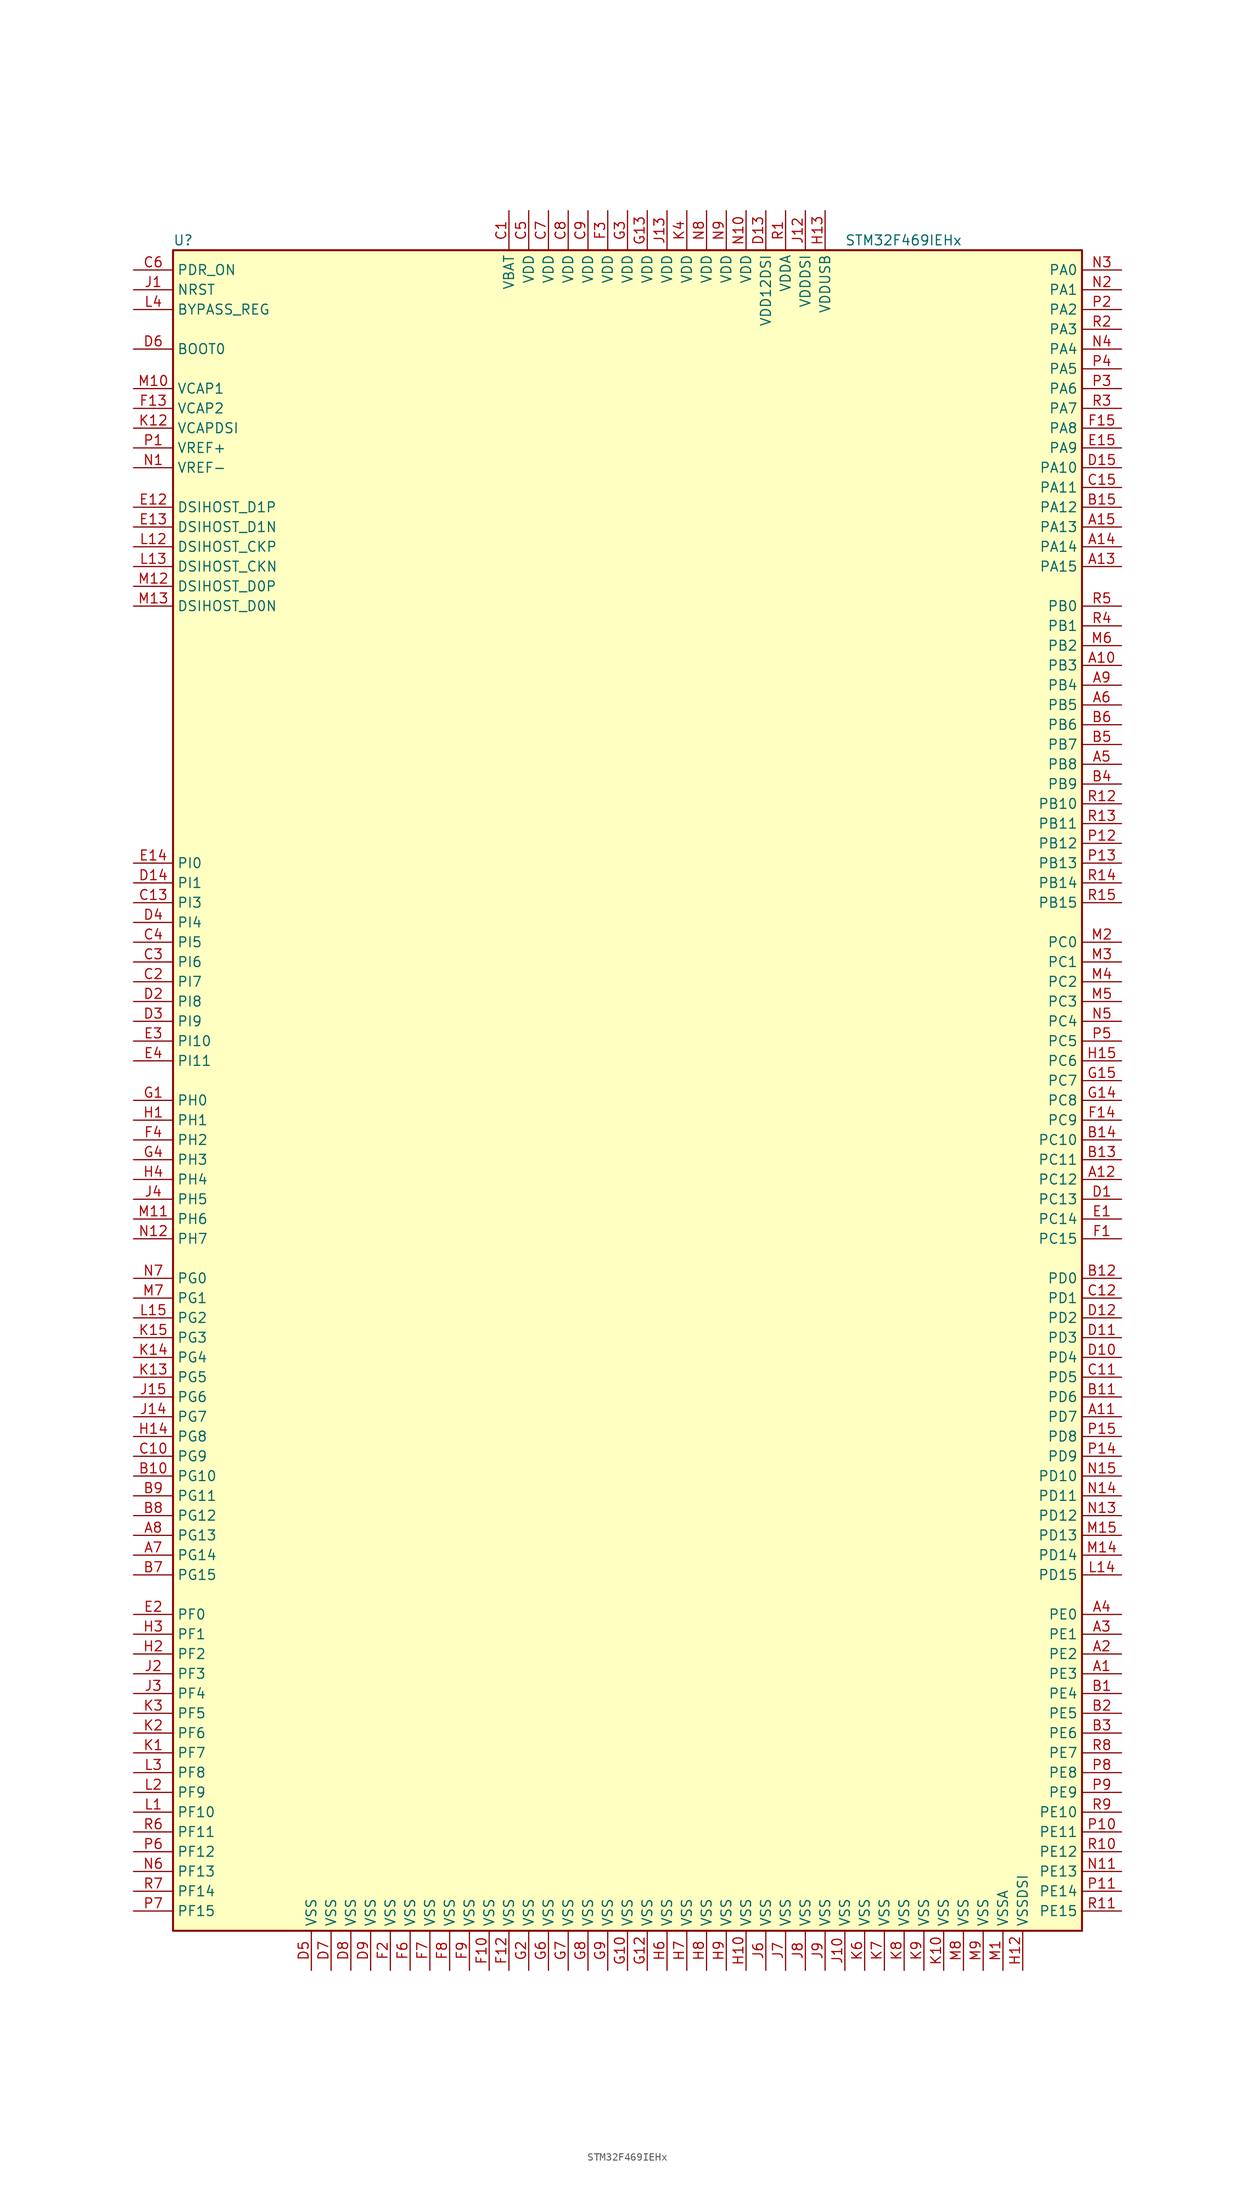
<source format=kicad_sym>
(kicad_symbol_lib
  (version 20200908)
  (generator kicad_symbol_editor)
  (symbol "MCU_ST_STM32F4:STM32F469IEHx"
    (property "Reference" "U"
      (at -58.42 107.95 0)
      (effects (font (size 1.27 1.27)) (justify left)))
    (property "Value" "STM32F469IEHx"
      (at 27.94 107.95 0)
      (effects (font (size 1.27 1.27)) (justify left)))
    (symbol "STM32F469IEHx_0_1"
      (rectangle (start -58.42 -109.22) (end 58.42 106.68) (stroke (width 0.254)) (fill (type background))))
    (symbol "STM32F469IEHx_1_1"
      (pin input line (at -63.5 93.98 0) (length 5.08) (name "BOOT0" (effects (font (size 1.27 1.27)))) (number "D6" (effects (font (size 1.27 1.27)))))
      (pin input line (at -63.5 99.06 0) (length 5.08) (name "BYPASS_REG" (effects (font (size 1.27 1.27)))) (number "L4" (effects (font (size 1.27 1.27)))))
      (pin bidirectional line (at -63.5 66.04 0) (length 5.08) (name "DSIHOST_CKN" (effects (font (size 1.27 1.27)))) (number "L13" (effects (font (size 1.27 1.27)))))
      (pin bidirectional line (at -63.5 68.58 0) (length 5.08) (name "DSIHOST_CKP" (effects (font (size 1.27 1.27)))) (number "L12" (effects (font (size 1.27 1.27)))))
      (pin bidirectional line (at -63.5 60.96 0) (length 5.08) (name "DSIHOST_D0N" (effects (font (size 1.27 1.27)))) (number "M13" (effects (font (size 1.27 1.27)))))
      (pin bidirectional line (at -63.5 63.5 0) (length 5.08) (name "DSIHOST_D0P" (effects (font (size 1.27 1.27)))) (number "M12" (effects (font (size 1.27 1.27)))))
      (pin bidirectional line (at -63.5 71.12 0) (length 5.08) (name "DSIHOST_D1N" (effects (font (size 1.27 1.27)))) (number "E13" (effects (font (size 1.27 1.27)))))
      (pin bidirectional line (at -63.5 73.66 0) (length 5.08) (name "DSIHOST_D1P" (effects (font (size 1.27 1.27)))) (number "E12" (effects (font (size 1.27 1.27)))))
      (pin unconnected line (at -58.42 -106.68 0) (length 5.08) hide (name "NC" (effects (font (size 1.27 1.27)))) (number "C14" (effects (font (size 1.27 1.27)))))
      (pin input line (at -63.5 101.6 0) (length 5.08) (name "NRST" (effects (font (size 1.27 1.27)))) (number "J1" (effects (font (size 1.27 1.27)))))
      (pin bidirectional line (at 63.5 104.14 180) (length 5.08) (name "PA0" (effects (font (size 1.27 1.27)))) (number "N3" (effects (font (size 1.27 1.27)))))
      (pin bidirectional line (at 63.5 101.6 180) (length 5.08) (name "PA1" (effects (font (size 1.27 1.27)))) (number "N2" (effects (font (size 1.27 1.27)))))
      (pin bidirectional line (at 63.5 78.74 180) (length 5.08) (name "PA10" (effects (font (size 1.27 1.27)))) (number "D15" (effects (font (size 1.27 1.27)))))
      (pin bidirectional line (at 63.5 76.2 180) (length 5.08) (name "PA11" (effects (font (size 1.27 1.27)))) (number "C15" (effects (font (size 1.27 1.27)))))
      (pin bidirectional line (at 63.5 73.66 180) (length 5.08) (name "PA12" (effects (font (size 1.27 1.27)))) (number "B15" (effects (font (size 1.27 1.27)))))
      (pin bidirectional line (at 63.5 71.12 180) (length 5.08) (name "PA13" (effects (font (size 1.27 1.27)))) (number "A15" (effects (font (size 1.27 1.27)))))
      (pin bidirectional line (at 63.5 68.58 180) (length 5.08) (name "PA14" (effects (font (size 1.27 1.27)))) (number "A14" (effects (font (size 1.27 1.27)))))
      (pin bidirectional line (at 63.5 66.04 180) (length 5.08) (name "PA15" (effects (font (size 1.27 1.27)))) (number "A13" (effects (font (size 1.27 1.27)))))
      (pin bidirectional line (at 63.5 99.06 180) (length 5.08) (name "PA2" (effects (font (size 1.27 1.27)))) (number "P2" (effects (font (size 1.27 1.27)))))
      (pin bidirectional line (at 63.5 96.52 180) (length 5.08) (name "PA3" (effects (font (size 1.27 1.27)))) (number "R2" (effects (font (size 1.27 1.27)))))
      (pin bidirectional line (at 63.5 93.98 180) (length 5.08) (name "PA4" (effects (font (size 1.27 1.27)))) (number "N4" (effects (font (size 1.27 1.27)))))
      (pin bidirectional line (at 63.5 91.44 180) (length 5.08) (name "PA5" (effects (font (size 1.27 1.27)))) (number "P4" (effects (font (size 1.27 1.27)))))
      (pin bidirectional line (at 63.5 88.9 180) (length 5.08) (name "PA6" (effects (font (size 1.27 1.27)))) (number "P3" (effects (font (size 1.27 1.27)))))
      (pin bidirectional line (at 63.5 86.36 180) (length 5.08) (name "PA7" (effects (font (size 1.27 1.27)))) (number "R3" (effects (font (size 1.27 1.27)))))
      (pin bidirectional line (at 63.5 83.82 180) (length 5.08) (name "PA8" (effects (font (size 1.27 1.27)))) (number "F15" (effects (font (size 1.27 1.27)))))
      (pin bidirectional line (at 63.5 81.28 180) (length 5.08) (name "PA9" (effects (font (size 1.27 1.27)))) (number "E15" (effects (font (size 1.27 1.27)))))
      (pin bidirectional line (at 63.5 60.96 180) (length 5.08) (name "PB0" (effects (font (size 1.27 1.27)))) (number "R5" (effects (font (size 1.27 1.27)))))
      (pin bidirectional line (at 63.5 58.42 180) (length 5.08) (name "PB1" (effects (font (size 1.27 1.27)))) (number "R4" (effects (font (size 1.27 1.27)))))
      (pin bidirectional line (at 63.5 35.56 180) (length 5.08) (name "PB10" (effects (font (size 1.27 1.27)))) (number "R12" (effects (font (size 1.27 1.27)))))
      (pin bidirectional line (at 63.5 33.02 180) (length 5.08) (name "PB11" (effects (font (size 1.27 1.27)))) (number "R13" (effects (font (size 1.27 1.27)))))
      (pin bidirectional line (at 63.5 30.48 180) (length 5.08) (name "PB12" (effects (font (size 1.27 1.27)))) (number "P12" (effects (font (size 1.27 1.27)))))
      (pin bidirectional line (at 63.5 27.94 180) (length 5.08) (name "PB13" (effects (font (size 1.27 1.27)))) (number "P13" (effects (font (size 1.27 1.27)))))
      (pin bidirectional line (at 63.5 25.4 180) (length 5.08) (name "PB14" (effects (font (size 1.27 1.27)))) (number "R14" (effects (font (size 1.27 1.27)))))
      (pin bidirectional line (at 63.5 22.86 180) (length 5.08) (name "PB15" (effects (font (size 1.27 1.27)))) (number "R15" (effects (font (size 1.27 1.27)))))
      (pin bidirectional line (at 63.5 55.88 180) (length 5.08) (name "PB2" (effects (font (size 1.27 1.27)))) (number "M6" (effects (font (size 1.27 1.27)))))
      (pin bidirectional line (at 63.5 53.34 180) (length 5.08) (name "PB3" (effects (font (size 1.27 1.27)))) (number "A10" (effects (font (size 1.27 1.27)))))
      (pin bidirectional line (at 63.5 50.8 180) (length 5.08) (name "PB4" (effects (font (size 1.27 1.27)))) (number "A9" (effects (font (size 1.27 1.27)))))
      (pin bidirectional line (at 63.5 48.26 180) (length 5.08) (name "PB5" (effects (font (size 1.27 1.27)))) (number "A6" (effects (font (size 1.27 1.27)))))
      (pin bidirectional line (at 63.5 45.72 180) (length 5.08) (name "PB6" (effects (font (size 1.27 1.27)))) (number "B6" (effects (font (size 1.27 1.27)))))
      (pin bidirectional line (at 63.5 43.18 180) (length 5.08) (name "PB7" (effects (font (size 1.27 1.27)))) (number "B5" (effects (font (size 1.27 1.27)))))
      (pin bidirectional line (at 63.5 40.64 180) (length 5.08) (name "PB8" (effects (font (size 1.27 1.27)))) (number "A5" (effects (font (size 1.27 1.27)))))
      (pin bidirectional line (at 63.5 38.1 180) (length 5.08) (name "PB9" (effects (font (size 1.27 1.27)))) (number "B4" (effects (font (size 1.27 1.27)))))
      (pin bidirectional line (at 63.5 17.78 180) (length 5.08) (name "PC0" (effects (font (size 1.27 1.27)))) (number "M2" (effects (font (size 1.27 1.27)))))
      (pin bidirectional line (at 63.5 15.24 180) (length 5.08) (name "PC1" (effects (font (size 1.27 1.27)))) (number "M3" (effects (font (size 1.27 1.27)))))
      (pin bidirectional line (at 63.5 -7.62 180) (length 5.08) (name "PC10" (effects (font (size 1.27 1.27)))) (number "B14" (effects (font (size 1.27 1.27)))))
      (pin bidirectional line (at 63.5 -10.16 180) (length 5.08) (name "PC11" (effects (font (size 1.27 1.27)))) (number "B13" (effects (font (size 1.27 1.27)))))
      (pin bidirectional line (at 63.5 -12.7 180) (length 5.08) (name "PC12" (effects (font (size 1.27 1.27)))) (number "A12" (effects (font (size 1.27 1.27)))))
      (pin bidirectional line (at 63.5 -15.24 180) (length 5.08) (name "PC13" (effects (font (size 1.27 1.27)))) (number "D1" (effects (font (size 1.27 1.27)))))
      (pin bidirectional line (at 63.5 -17.78 180) (length 5.08) (name "PC14" (effects (font (size 1.27 1.27)))) (number "E1" (effects (font (size 1.27 1.27)))))
      (pin bidirectional line (at 63.5 -20.32 180) (length 5.08) (name "PC15" (effects (font (size 1.27 1.27)))) (number "F1" (effects (font (size 1.27 1.27)))))
      (pin bidirectional line (at 63.5 12.7 180) (length 5.08) (name "PC2" (effects (font (size 1.27 1.27)))) (number "M4" (effects (font (size 1.27 1.27)))))
      (pin bidirectional line (at 63.5 10.16 180) (length 5.08) (name "PC3" (effects (font (size 1.27 1.27)))) (number "M5" (effects (font (size 1.27 1.27)))))
      (pin bidirectional line (at 63.5 7.62 180) (length 5.08) (name "PC4" (effects (font (size 1.27 1.27)))) (number "N5" (effects (font (size 1.27 1.27)))))
      (pin bidirectional line (at 63.5 5.08 180) (length 5.08) (name "PC5" (effects (font (size 1.27 1.27)))) (number "P5" (effects (font (size 1.27 1.27)))))
      (pin bidirectional line (at 63.5 2.54 180) (length 5.08) (name "PC6" (effects (font (size 1.27 1.27)))) (number "H15" (effects (font (size 1.27 1.27)))))
      (pin bidirectional line (at 63.5 0 180) (length 5.08) (name "PC7" (effects (font (size 1.27 1.27)))) (number "G15" (effects (font (size 1.27 1.27)))))
      (pin bidirectional line (at 63.5 -2.54 180) (length 5.08) (name "PC8" (effects (font (size 1.27 1.27)))) (number "G14" (effects (font (size 1.27 1.27)))))
      (pin bidirectional line (at 63.5 -5.08 180) (length 5.08) (name "PC9" (effects (font (size 1.27 1.27)))) (number "F14" (effects (font (size 1.27 1.27)))))
      (pin bidirectional line (at 63.5 -25.4 180) (length 5.08) (name "PD0" (effects (font (size 1.27 1.27)))) (number "B12" (effects (font (size 1.27 1.27)))))
      (pin bidirectional line (at 63.5 -27.94 180) (length 5.08) (name "PD1" (effects (font (size 1.27 1.27)))) (number "C12" (effects (font (size 1.27 1.27)))))
      (pin bidirectional line (at 63.5 -50.8 180) (length 5.08) (name "PD10" (effects (font (size 1.27 1.27)))) (number "N15" (effects (font (size 1.27 1.27)))))
      (pin bidirectional line (at 63.5 -53.34 180) (length 5.08) (name "PD11" (effects (font (size 1.27 1.27)))) (number "N14" (effects (font (size 1.27 1.27)))))
      (pin bidirectional line (at 63.5 -55.88 180) (length 5.08) (name "PD12" (effects (font (size 1.27 1.27)))) (number "N13" (effects (font (size 1.27 1.27)))))
      (pin bidirectional line (at 63.5 -58.42 180) (length 5.08) (name "PD13" (effects (font (size 1.27 1.27)))) (number "M15" (effects (font (size 1.27 1.27)))))
      (pin bidirectional line (at 63.5 -60.96 180) (length 5.08) (name "PD14" (effects (font (size 1.27 1.27)))) (number "M14" (effects (font (size 1.27 1.27)))))
      (pin bidirectional line (at 63.5 -63.5 180) (length 5.08) (name "PD15" (effects (font (size 1.27 1.27)))) (number "L14" (effects (font (size 1.27 1.27)))))
      (pin bidirectional line (at 63.5 -30.48 180) (length 5.08) (name "PD2" (effects (font (size 1.27 1.27)))) (number "D12" (effects (font (size 1.27 1.27)))))
      (pin bidirectional line (at 63.5 -33.02 180) (length 5.08) (name "PD3" (effects (font (size 1.27 1.27)))) (number "D11" (effects (font (size 1.27 1.27)))))
      (pin bidirectional line (at 63.5 -35.56 180) (length 5.08) (name "PD4" (effects (font (size 1.27 1.27)))) (number "D10" (effects (font (size 1.27 1.27)))))
      (pin bidirectional line (at 63.5 -38.1 180) (length 5.08) (name "PD5" (effects (font (size 1.27 1.27)))) (number "C11" (effects (font (size 1.27 1.27)))))
      (pin bidirectional line (at 63.5 -40.64 180) (length 5.08) (name "PD6" (effects (font (size 1.27 1.27)))) (number "B11" (effects (font (size 1.27 1.27)))))
      (pin bidirectional line (at 63.5 -43.18 180) (length 5.08) (name "PD7" (effects (font (size 1.27 1.27)))) (number "A11" (effects (font (size 1.27 1.27)))))
      (pin bidirectional line (at 63.5 -45.72 180) (length 5.08) (name "PD8" (effects (font (size 1.27 1.27)))) (number "P15" (effects (font (size 1.27 1.27)))))
      (pin bidirectional line (at 63.5 -48.26 180) (length 5.08) (name "PD9" (effects (font (size 1.27 1.27)))) (number "P14" (effects (font (size 1.27 1.27)))))
      (pin input line (at -63.5 104.14 0) (length 5.08) (name "PDR_ON" (effects (font (size 1.27 1.27)))) (number "C6" (effects (font (size 1.27 1.27)))))
      (pin bidirectional line (at 63.5 -68.58 180) (length 5.08) (name "PE0" (effects (font (size 1.27 1.27)))) (number "A4" (effects (font (size 1.27 1.27)))))
      (pin bidirectional line (at 63.5 -71.12 180) (length 5.08) (name "PE1" (effects (font (size 1.27 1.27)))) (number "A3" (effects (font (size 1.27 1.27)))))
      (pin bidirectional line (at 63.5 -93.98 180) (length 5.08) (name "PE10" (effects (font (size 1.27 1.27)))) (number "R9" (effects (font (size 1.27 1.27)))))
      (pin bidirectional line (at 63.5 -96.52 180) (length 5.08) (name "PE11" (effects (font (size 1.27 1.27)))) (number "P10" (effects (font (size 1.27 1.27)))))
      (pin bidirectional line (at 63.5 -99.06 180) (length 5.08) (name "PE12" (effects (font (size 1.27 1.27)))) (number "R10" (effects (font (size 1.27 1.27)))))
      (pin bidirectional line (at 63.5 -101.6 180) (length 5.08) (name "PE13" (effects (font (size 1.27 1.27)))) (number "N11" (effects (font (size 1.27 1.27)))))
      (pin bidirectional line (at 63.5 -104.14 180) (length 5.08) (name "PE14" (effects (font (size 1.27 1.27)))) (number "P11" (effects (font (size 1.27 1.27)))))
      (pin bidirectional line (at 63.5 -106.68 180) (length 5.08) (name "PE15" (effects (font (size 1.27 1.27)))) (number "R11" (effects (font (size 1.27 1.27)))))
      (pin bidirectional line (at 63.5 -73.66 180) (length 5.08) (name "PE2" (effects (font (size 1.27 1.27)))) (number "A2" (effects (font (size 1.27 1.27)))))
      (pin bidirectional line (at 63.5 -76.2 180) (length 5.08) (name "PE3" (effects (font (size 1.27 1.27)))) (number "A1" (effects (font (size 1.27 1.27)))))
      (pin bidirectional line (at 63.5 -78.74 180) (length 5.08) (name "PE4" (effects (font (size 1.27 1.27)))) (number "B1" (effects (font (size 1.27 1.27)))))
      (pin bidirectional line (at 63.5 -81.28 180) (length 5.08) (name "PE5" (effects (font (size 1.27 1.27)))) (number "B2" (effects (font (size 1.27 1.27)))))
      (pin bidirectional line (at 63.5 -83.82 180) (length 5.08) (name "PE6" (effects (font (size 1.27 1.27)))) (number "B3" (effects (font (size 1.27 1.27)))))
      (pin bidirectional line (at 63.5 -86.36 180) (length 5.08) (name "PE7" (effects (font (size 1.27 1.27)))) (number "R8" (effects (font (size 1.27 1.27)))))
      (pin bidirectional line (at 63.5 -88.9 180) (length 5.08) (name "PE8" (effects (font (size 1.27 1.27)))) (number "P8" (effects (font (size 1.27 1.27)))))
      (pin bidirectional line (at 63.5 -91.44 180) (length 5.08) (name "PE9" (effects (font (size 1.27 1.27)))) (number "P9" (effects (font (size 1.27 1.27)))))
      (pin bidirectional line (at -63.5 -68.58 0) (length 5.08) (name "PF0" (effects (font (size 1.27 1.27)))) (number "E2" (effects (font (size 1.27 1.27)))))
      (pin bidirectional line (at -63.5 -71.12 0) (length 5.08) (name "PF1" (effects (font (size 1.27 1.27)))) (number "H3" (effects (font (size 1.27 1.27)))))
      (pin bidirectional line (at -63.5 -93.98 0) (length 5.08) (name "PF10" (effects (font (size 1.27 1.27)))) (number "L1" (effects (font (size 1.27 1.27)))))
      (pin bidirectional line (at -63.5 -96.52 0) (length 5.08) (name "PF11" (effects (font (size 1.27 1.27)))) (number "R6" (effects (font (size 1.27 1.27)))))
      (pin bidirectional line (at -63.5 -99.06 0) (length 5.08) (name "PF12" (effects (font (size 1.27 1.27)))) (number "P6" (effects (font (size 1.27 1.27)))))
      (pin bidirectional line (at -63.5 -101.6 0) (length 5.08) (name "PF13" (effects (font (size 1.27 1.27)))) (number "N6" (effects (font (size 1.27 1.27)))))
      (pin bidirectional line (at -63.5 -104.14 0) (length 5.08) (name "PF14" (effects (font (size 1.27 1.27)))) (number "R7" (effects (font (size 1.27 1.27)))))
      (pin bidirectional line (at -63.5 -106.68 0) (length 5.08) (name "PF15" (effects (font (size 1.27 1.27)))) (number "P7" (effects (font (size 1.27 1.27)))))
      (pin bidirectional line (at -63.5 -73.66 0) (length 5.08) (name "PF2" (effects (font (size 1.27 1.27)))) (number "H2" (effects (font (size 1.27 1.27)))))
      (pin bidirectional line (at -63.5 -76.2 0) (length 5.08) (name "PF3" (effects (font (size 1.27 1.27)))) (number "J2" (effects (font (size 1.27 1.27)))))
      (pin bidirectional line (at -63.5 -78.74 0) (length 5.08) (name "PF4" (effects (font (size 1.27 1.27)))) (number "J3" (effects (font (size 1.27 1.27)))))
      (pin bidirectional line (at -63.5 -81.28 0) (length 5.08) (name "PF5" (effects (font (size 1.27 1.27)))) (number "K3" (effects (font (size 1.27 1.27)))))
      (pin bidirectional line (at -63.5 -83.82 0) (length 5.08) (name "PF6" (effects (font (size 1.27 1.27)))) (number "K2" (effects (font (size 1.27 1.27)))))
      (pin bidirectional line (at -63.5 -86.36 0) (length 5.08) (name "PF7" (effects (font (size 1.27 1.27)))) (number "K1" (effects (font (size 1.27 1.27)))))
      (pin bidirectional line (at -63.5 -88.9 0) (length 5.08) (name "PF8" (effects (font (size 1.27 1.27)))) (number "L3" (effects (font (size 1.27 1.27)))))
      (pin bidirectional line (at -63.5 -91.44 0) (length 5.08) (name "PF9" (effects (font (size 1.27 1.27)))) (number "L2" (effects (font (size 1.27 1.27)))))
      (pin bidirectional line (at -63.5 -25.4 0) (length 5.08) (name "PG0" (effects (font (size 1.27 1.27)))) (number "N7" (effects (font (size 1.27 1.27)))))
      (pin bidirectional line (at -63.5 -27.94 0) (length 5.08) (name "PG1" (effects (font (size 1.27 1.27)))) (number "M7" (effects (font (size 1.27 1.27)))))
      (pin bidirectional line (at -63.5 -50.8 0) (length 5.08) (name "PG10" (effects (font (size 1.27 1.27)))) (number "B10" (effects (font (size 1.27 1.27)))))
      (pin bidirectional line (at -63.5 -53.34 0) (length 5.08) (name "PG11" (effects (font (size 1.27 1.27)))) (number "B9" (effects (font (size 1.27 1.27)))))
      (pin bidirectional line (at -63.5 -55.88 0) (length 5.08) (name "PG12" (effects (font (size 1.27 1.27)))) (number "B8" (effects (font (size 1.27 1.27)))))
      (pin bidirectional line (at -63.5 -58.42 0) (length 5.08) (name "PG13" (effects (font (size 1.27 1.27)))) (number "A8" (effects (font (size 1.27 1.27)))))
      (pin bidirectional line (at -63.5 -60.96 0) (length 5.08) (name "PG14" (effects (font (size 1.27 1.27)))) (number "A7" (effects (font (size 1.27 1.27)))))
      (pin bidirectional line (at -63.5 -63.5 0) (length 5.08) (name "PG15" (effects (font (size 1.27 1.27)))) (number "B7" (effects (font (size 1.27 1.27)))))
      (pin bidirectional line (at -63.5 -30.48 0) (length 5.08) (name "PG2" (effects (font (size 1.27 1.27)))) (number "L15" (effects (font (size 1.27 1.27)))))
      (pin bidirectional line (at -63.5 -33.02 0) (length 5.08) (name "PG3" (effects (font (size 1.27 1.27)))) (number "K15" (effects (font (size 1.27 1.27)))))
      (pin bidirectional line (at -63.5 -35.56 0) (length 5.08) (name "PG4" (effects (font (size 1.27 1.27)))) (number "K14" (effects (font (size 1.27 1.27)))))
      (pin bidirectional line (at -63.5 -38.1 0) (length 5.08) (name "PG5" (effects (font (size 1.27 1.27)))) (number "K13" (effects (font (size 1.27 1.27)))))
      (pin bidirectional line (at -63.5 -40.64 0) (length 5.08) (name "PG6" (effects (font (size 1.27 1.27)))) (number "J15" (effects (font (size 1.27 1.27)))))
      (pin bidirectional line (at -63.5 -43.18 0) (length 5.08) (name "PG7" (effects (font (size 1.27 1.27)))) (number "J14" (effects (font (size 1.27 1.27)))))
      (pin bidirectional line (at -63.5 -45.72 0) (length 5.08) (name "PG8" (effects (font (size 1.27 1.27)))) (number "H14" (effects (font (size 1.27 1.27)))))
      (pin bidirectional line (at -63.5 -48.26 0) (length 5.08) (name "PG9" (effects (font (size 1.27 1.27)))) (number "C10" (effects (font (size 1.27 1.27)))))
      (pin input line (at -63.5 -2.54 0) (length 5.08) (name "PH0" (effects (font (size 1.27 1.27)))) (number "G1" (effects (font (size 1.27 1.27)))))
      (pin input line (at -63.5 -5.08 0) (length 5.08) (name "PH1" (effects (font (size 1.27 1.27)))) (number "H1" (effects (font (size 1.27 1.27)))))
      (pin bidirectional line (at -63.5 -7.62 0) (length 5.08) (name "PH2" (effects (font (size 1.27 1.27)))) (number "F4" (effects (font (size 1.27 1.27)))))
      (pin bidirectional line (at -63.5 -10.16 0) (length 5.08) (name "PH3" (effects (font (size 1.27 1.27)))) (number "G4" (effects (font (size 1.27 1.27)))))
      (pin bidirectional line (at -63.5 -12.7 0) (length 5.08) (name "PH4" (effects (font (size 1.27 1.27)))) (number "H4" (effects (font (size 1.27 1.27)))))
      (pin bidirectional line (at -63.5 -15.24 0) (length 5.08) (name "PH5" (effects (font (size 1.27 1.27)))) (number "J4" (effects (font (size 1.27 1.27)))))
      (pin bidirectional line (at -63.5 -17.78 0) (length 5.08) (name "PH6" (effects (font (size 1.27 1.27)))) (number "M11" (effects (font (size 1.27 1.27)))))
      (pin bidirectional line (at -63.5 -20.32 0) (length 5.08) (name "PH7" (effects (font (size 1.27 1.27)))) (number "N12" (effects (font (size 1.27 1.27)))))
      (pin bidirectional line (at -63.5 27.94 0) (length 5.08) (name "PI0" (effects (font (size 1.27 1.27)))) (number "E14" (effects (font (size 1.27 1.27)))))
      (pin bidirectional line (at -63.5 25.4 0) (length 5.08) (name "PI1" (effects (font (size 1.27 1.27)))) (number "D14" (effects (font (size 1.27 1.27)))))
      (pin bidirectional line (at -63.5 5.08 0) (length 5.08) (name "PI10" (effects (font (size 1.27 1.27)))) (number "E3" (effects (font (size 1.27 1.27)))))
      (pin bidirectional line (at -63.5 2.54 0) (length 5.08) (name "PI11" (effects (font (size 1.27 1.27)))) (number "E4" (effects (font (size 1.27 1.27)))))
      (pin bidirectional line (at -63.5 22.86 0) (length 5.08) (name "PI3" (effects (font (size 1.27 1.27)))) (number "C13" (effects (font (size 1.27 1.27)))))
      (pin bidirectional line (at -63.5 20.32 0) (length 5.08) (name "PI4" (effects (font (size 1.27 1.27)))) (number "D4" (effects (font (size 1.27 1.27)))))
      (pin bidirectional line (at -63.5 17.78 0) (length 5.08) (name "PI5" (effects (font (size 1.27 1.27)))) (number "C4" (effects (font (size 1.27 1.27)))))
      (pin bidirectional line (at -63.5 15.24 0) (length 5.08) (name "PI6" (effects (font (size 1.27 1.27)))) (number "C3" (effects (font (size 1.27 1.27)))))
      (pin bidirectional line (at -63.5 12.7 0) (length 5.08) (name "PI7" (effects (font (size 1.27 1.27)))) (number "C2" (effects (font (size 1.27 1.27)))))
      (pin bidirectional line (at -63.5 10.16 0) (length 5.08) (name "PI8" (effects (font (size 1.27 1.27)))) (number "D2" (effects (font (size 1.27 1.27)))))
      (pin bidirectional line (at -63.5 7.62 0) (length 5.08) (name "PI9" (effects (font (size 1.27 1.27)))) (number "D3" (effects (font (size 1.27 1.27)))))
      (pin power_in line (at -15.24 111.76 270) (length 5.08) (name "VBAT" (effects (font (size 1.27 1.27)))) (number "C1" (effects (font (size 1.27 1.27)))))
      (pin power_in line (at -63.5 88.9 0) (length 5.08) (name "VCAP1" (effects (font (size 1.27 1.27)))) (number "M10" (effects (font (size 1.27 1.27)))))
      (pin power_in line (at -63.5 86.36 0) (length 5.08) (name "VCAP2" (effects (font (size 1.27 1.27)))) (number "F13" (effects (font (size 1.27 1.27)))))
      (pin power_in line (at -63.5 83.82 0) (length 5.08) (name "VCAPDSI" (effects (font (size 1.27 1.27)))) (number "K12" (effects (font (size 1.27 1.27)))))
      (pin power_in line (at -12.7 111.76 270) (length 5.08) (name "VDD" (effects (font (size 1.27 1.27)))) (number "C5" (effects (font (size 1.27 1.27)))))
      (pin power_in line (at -10.16 111.76 270) (length 5.08) (name "VDD" (effects (font (size 1.27 1.27)))) (number "C7" (effects (font (size 1.27 1.27)))))
      (pin power_in line (at -7.62 111.76 270) (length 5.08) (name "VDD" (effects (font (size 1.27 1.27)))) (number "C8" (effects (font (size 1.27 1.27)))))
      (pin power_in line (at -5.08 111.76 270) (length 5.08) (name "VDD" (effects (font (size 1.27 1.27)))) (number "C9" (effects (font (size 1.27 1.27)))))
      (pin power_in line (at -2.54 111.76 270) (length 5.08) (name "VDD" (effects (font (size 1.27 1.27)))) (number "F3" (effects (font (size 1.27 1.27)))))
      (pin power_in line (at 2.54 111.76 270) (length 5.08) (name "VDD" (effects (font (size 1.27 1.27)))) (number "G13" (effects (font (size 1.27 1.27)))))
      (pin power_in line (at 0 111.76 270) (length 5.08) (name "VDD" (effects (font (size 1.27 1.27)))) (number "G3" (effects (font (size 1.27 1.27)))))
      (pin power_in line (at 5.08 111.76 270) (length 5.08) (name "VDD" (effects (font (size 1.27 1.27)))) (number "J13" (effects (font (size 1.27 1.27)))))
      (pin power_in line (at 7.62 111.76 270) (length 5.08) (name "VDD" (effects (font (size 1.27 1.27)))) (number "K4" (effects (font (size 1.27 1.27)))))
      (pin power_in line (at 15.24 111.76 270) (length 5.08) (name "VDD" (effects (font (size 1.27 1.27)))) (number "N10" (effects (font (size 1.27 1.27)))))
      (pin power_in line (at 10.16 111.76 270) (length 5.08) (name "VDD" (effects (font (size 1.27 1.27)))) (number "N8" (effects (font (size 1.27 1.27)))))
      (pin power_in line (at 12.7 111.76 270) (length 5.08) (name "VDD" (effects (font (size 1.27 1.27)))) (number "N9" (effects (font (size 1.27 1.27)))))
      (pin power_in line (at 17.78 111.76 270) (length 5.08) (name "VDD12DSI" (effects (font (size 1.27 1.27)))) (number "D13" (effects (font (size 1.27 1.27)))))
      (pin power_in line (at 20.32 111.76 270) (length 5.08) (name "VDDA" (effects (font (size 1.27 1.27)))) (number "R1" (effects (font (size 1.27 1.27)))))
      (pin power_in line (at 22.86 111.76 270) (length 5.08) (name "VDDDSI" (effects (font (size 1.27 1.27)))) (number "J12" (effects (font (size 1.27 1.27)))))
      (pin power_in line (at 25.4 111.76 270) (length 5.08) (name "VDDUSB" (effects (font (size 1.27 1.27)))) (number "H13" (effects (font (size 1.27 1.27)))))
      (pin power_in line (at -63.5 81.28 0) (length 5.08) (name "VREF+" (effects (font (size 1.27 1.27)))) (number "P1" (effects (font (size 1.27 1.27)))))
      (pin power_in line (at -63.5 78.74 0) (length 5.08) (name "VREF-" (effects (font (size 1.27 1.27)))) (number "N1" (effects (font (size 1.27 1.27)))))
      (pin power_in line (at -40.64 -114.3 90) (length 5.08) (name "VSS" (effects (font (size 1.27 1.27)))) (number "D5" (effects (font (size 1.27 1.27)))))
      (pin power_in line (at -38.1 -114.3 90) (length 5.08) (name "VSS" (effects (font (size 1.27 1.27)))) (number "D7" (effects (font (size 1.27 1.27)))))
      (pin power_in line (at -35.56 -114.3 90) (length 5.08) (name "VSS" (effects (font (size 1.27 1.27)))) (number "D8" (effects (font (size 1.27 1.27)))))
      (pin power_in line (at -33.02 -114.3 90) (length 5.08) (name "VSS" (effects (font (size 1.27 1.27)))) (number "D9" (effects (font (size 1.27 1.27)))))
      (pin power_in line (at -17.78 -114.3 90) (length 5.08) (name "VSS" (effects (font (size 1.27 1.27)))) (number "F10" (effects (font (size 1.27 1.27)))))
      (pin power_in line (at -15.24 -114.3 90) (length 5.08) (name "VSS" (effects (font (size 1.27 1.27)))) (number "F12" (effects (font (size 1.27 1.27)))))
      (pin power_in line (at -30.48 -114.3 90) (length 5.08) (name "VSS" (effects (font (size 1.27 1.27)))) (number "F2" (effects (font (size 1.27 1.27)))))
      (pin power_in line (at -27.94 -114.3 90) (length 5.08) (name "VSS" (effects (font (size 1.27 1.27)))) (number "F6" (effects (font (size 1.27 1.27)))))
      (pin power_in line (at -25.4 -114.3 90) (length 5.08) (name "VSS" (effects (font (size 1.27 1.27)))) (number "F7" (effects (font (size 1.27 1.27)))))
      (pin power_in line (at -22.86 -114.3 90) (length 5.08) (name "VSS" (effects (font (size 1.27 1.27)))) (number "F8" (effects (font (size 1.27 1.27)))))
      (pin power_in line (at -20.32 -114.3 90) (length 5.08) (name "VSS" (effects (font (size 1.27 1.27)))) (number "F9" (effects (font (size 1.27 1.27)))))
      (pin power_in line (at 0 -114.3 90) (length 5.08) (name "VSS" (effects (font (size 1.27 1.27)))) (number "G10" (effects (font (size 1.27 1.27)))))
      (pin power_in line (at 2.54 -114.3 90) (length 5.08) (name "VSS" (effects (font (size 1.27 1.27)))) (number "G12" (effects (font (size 1.27 1.27)))))
      (pin power_in line (at -12.7 -114.3 90) (length 5.08) (name "VSS" (effects (font (size 1.27 1.27)))) (number "G2" (effects (font (size 1.27 1.27)))))
      (pin power_in line (at -10.16 -114.3 90) (length 5.08) (name "VSS" (effects (font (size 1.27 1.27)))) (number "G6" (effects (font (size 1.27 1.27)))))
      (pin power_in line (at -7.62 -114.3 90) (length 5.08) (name "VSS" (effects (font (size 1.27 1.27)))) (number "G7" (effects (font (size 1.27 1.27)))))
      (pin power_in line (at -5.08 -114.3 90) (length 5.08) (name "VSS" (effects (font (size 1.27 1.27)))) (number "G8" (effects (font (size 1.27 1.27)))))
      (pin power_in line (at -2.54 -114.3 90) (length 5.08) (name "VSS" (effects (font (size 1.27 1.27)))) (number "G9" (effects (font (size 1.27 1.27)))))
      (pin power_in line (at 15.24 -114.3 90) (length 5.08) (name "VSS" (effects (font (size 1.27 1.27)))) (number "H10" (effects (font (size 1.27 1.27)))))
      (pin power_in line (at 5.08 -114.3 90) (length 5.08) (name "VSS" (effects (font (size 1.27 1.27)))) (number "H6" (effects (font (size 1.27 1.27)))))
      (pin power_in line (at 7.62 -114.3 90) (length 5.08) (name "VSS" (effects (font (size 1.27 1.27)))) (number "H7" (effects (font (size 1.27 1.27)))))
      (pin power_in line (at 10.16 -114.3 90) (length 5.08) (name "VSS" (effects (font (size 1.27 1.27)))) (number "H8" (effects (font (size 1.27 1.27)))))
      (pin power_in line (at 12.7 -114.3 90) (length 5.08) (name "VSS" (effects (font (size 1.27 1.27)))) (number "H9" (effects (font (size 1.27 1.27)))))
      (pin power_in line (at 27.94 -114.3 90) (length 5.08) (name "VSS" (effects (font (size 1.27 1.27)))) (number "J10" (effects (font (size 1.27 1.27)))))
      (pin power_in line (at 17.78 -114.3 90) (length 5.08) (name "VSS" (effects (font (size 1.27 1.27)))) (number "J6" (effects (font (size 1.27 1.27)))))
      (pin power_in line (at 20.32 -114.3 90) (length 5.08) (name "VSS" (effects (font (size 1.27 1.27)))) (number "J7" (effects (font (size 1.27 1.27)))))
      (pin power_in line (at 22.86 -114.3 90) (length 5.08) (name "VSS" (effects (font (size 1.27 1.27)))) (number "J8" (effects (font (size 1.27 1.27)))))
      (pin power_in line (at 25.4 -114.3 90) (length 5.08) (name "VSS" (effects (font (size 1.27 1.27)))) (number "J9" (effects (font (size 1.27 1.27)))))
      (pin power_in line (at 40.64 -114.3 90) (length 5.08) (name "VSS" (effects (font (size 1.27 1.27)))) (number "K10" (effects (font (size 1.27 1.27)))))
      (pin power_in line (at 30.48 -114.3 90) (length 5.08) (name "VSS" (effects (font (size 1.27 1.27)))) (number "K6" (effects (font (size 1.27 1.27)))))
      (pin power_in line (at 33.02 -114.3 90) (length 5.08) (name "VSS" (effects (font (size 1.27 1.27)))) (number "K7" (effects (font (size 1.27 1.27)))))
      (pin power_in line (at 35.56 -114.3 90) (length 5.08) (name "VSS" (effects (font (size 1.27 1.27)))) (number "K8" (effects (font (size 1.27 1.27)))))
      (pin power_in line (at 38.1 -114.3 90) (length 5.08) (name "VSS" (effects (font (size 1.27 1.27)))) (number "K9" (effects (font (size 1.27 1.27)))))
      (pin power_in line (at 43.18 -114.3 90) (length 5.08) (name "VSS" (effects (font (size 1.27 1.27)))) (number "M8" (effects (font (size 1.27 1.27)))))
      (pin power_in line (at 45.72 -114.3 90) (length 5.08) (name "VSS" (effects (font (size 1.27 1.27)))) (number "M9" (effects (font (size 1.27 1.27)))))
      (pin power_in line (at 48.26 -114.3 90) (length 5.08) (name "VSSA" (effects (font (size 1.27 1.27)))) (number "M1" (effects (font (size 1.27 1.27)))))
      (pin power_in line (at 50.8 -114.3 90) (length 5.08) (name "VSSDSI" (effects (font (size 1.27 1.27)))) (number "H12" (effects (font (size 1.27 1.27))))))))
</source>
